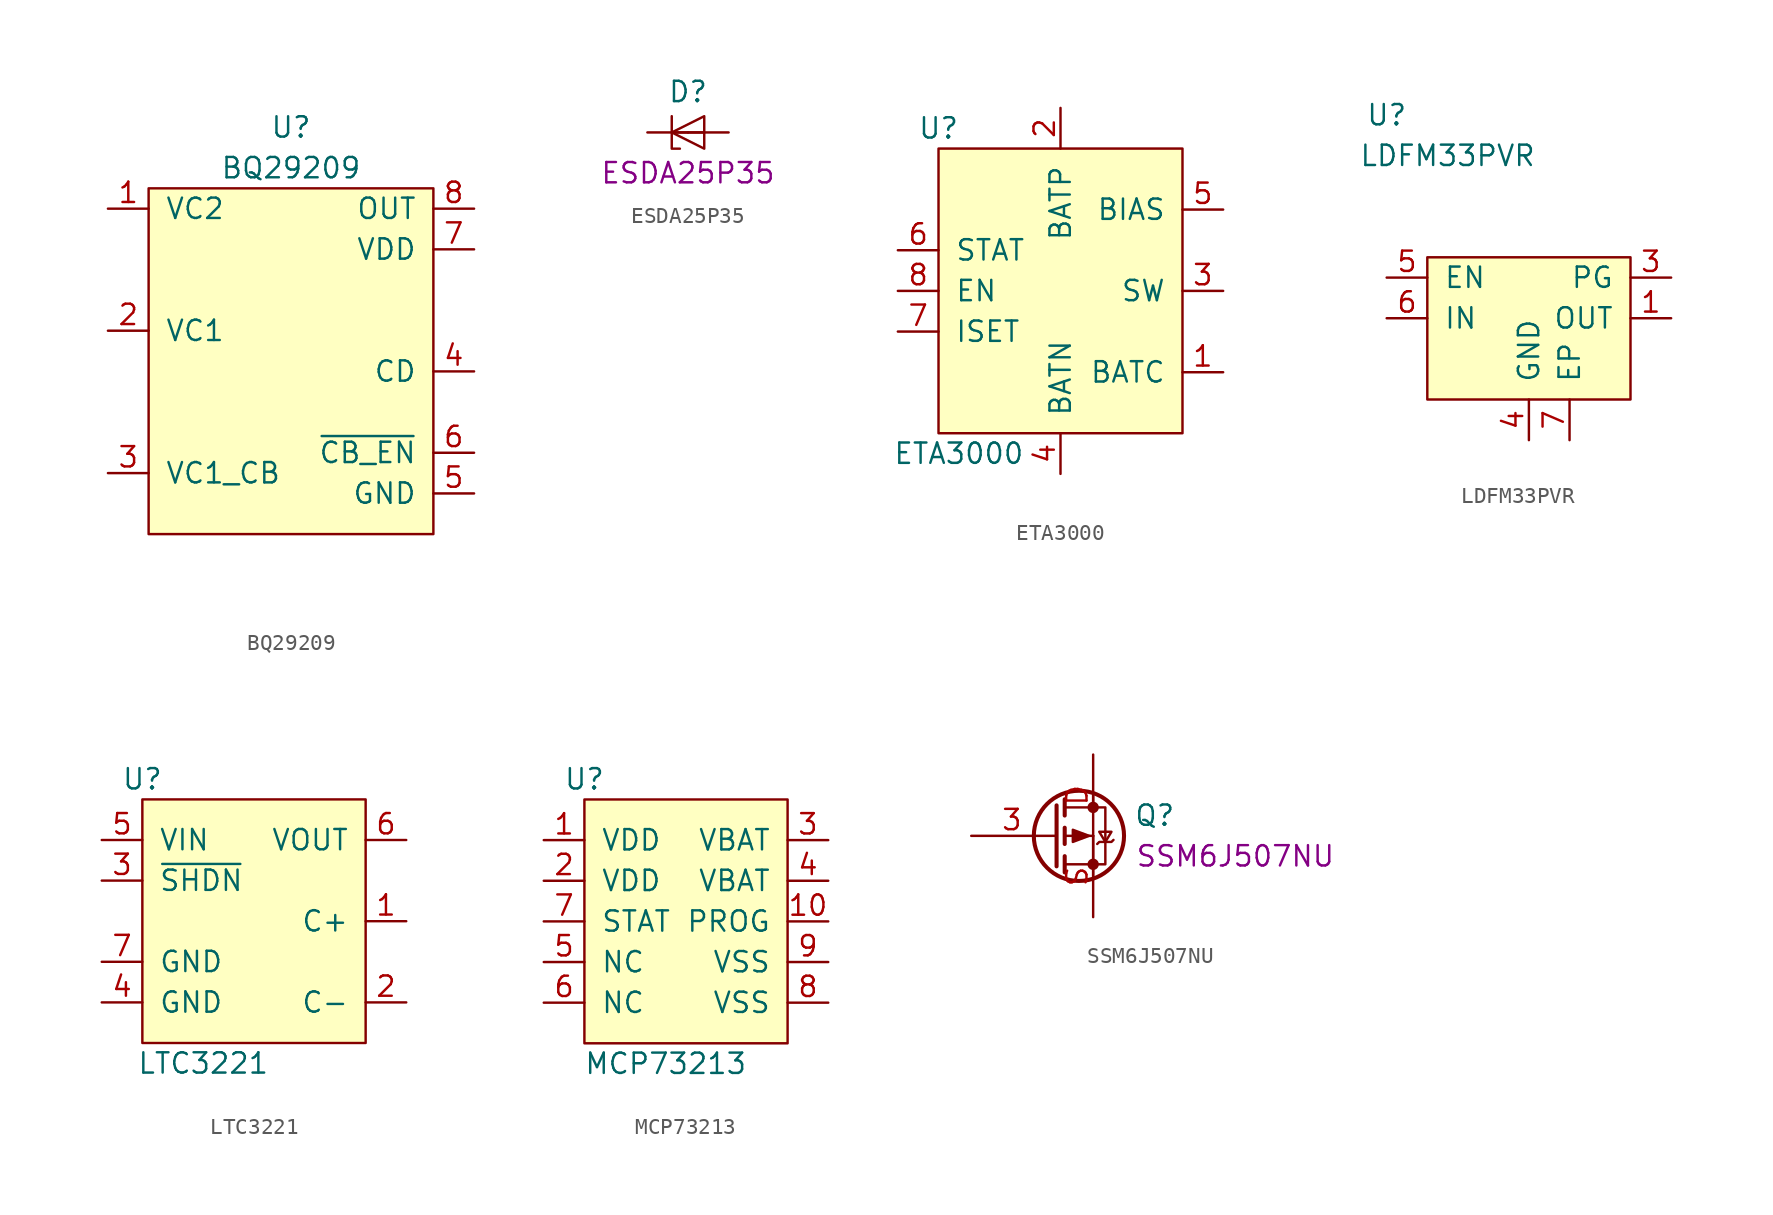
<source format=kicad_sym>
(kicad_symbol_lib
  (version 20211014)
  (generator kicad_symbol_editor)
  (symbol "BQ29209"
    (pin_names
      (offset 1.016))
    (property "Reference" "U"
      (at 0 10.16 0)
      (effects (font (size 1.27 1.27))))
    (property "Value" "BQ29209"
      (at 0 7.62 0)
      (effects (font (size 1.27 1.27))))
    (symbol "BQ29209_0_1"
      (rectangle (start -8.89 6.35) (end 8.89 -15.24) (stroke (width 0) (type default) (color 0 0 0 0)) (fill (type background))))
    (symbol "BQ29209_1_1"
      (pin input line (at -11.43 5.08 0) (length 2.54) (name "VC2" (effects (font (size 1.27 1.27)))) (number "1" (effects (font (size 1.27 1.27)))))
      (pin input line (at -11.43 -2.54 0) (length 2.54) (name "VC1" (effects (font (size 1.27 1.27)))) (number "2" (effects (font (size 1.27 1.27)))))
      (pin input line (at -11.43 -11.43 0) (length 2.54) (name "VC1_CB" (effects (font (size 1.27 1.27)))) (number "3" (effects (font (size 1.27 1.27)))))
      (pin input line (at 11.43 -5.08 180) (length 2.54) (name "CD" (effects (font (size 1.27 1.27)))) (number "4" (effects (font (size 1.27 1.27)))))
      (pin input line (at 11.43 -12.7 180) (length 2.54) (name "GND" (effects (font (size 1.27 1.27)))) (number "5" (effects (font (size 1.27 1.27)))))
      (pin input line (at 11.43 -10.16 180) (length 2.54) (name "~{CB_EN}" (effects (font (size 1.27 1.27)))) (number "6" (effects (font (size 1.27 1.27)))))
      (pin input line (at 11.43 2.54 180) (length 2.54) (name "VDD" (effects (font (size 1.27 1.27)))) (number "7" (effects (font (size 1.27 1.27)))))
      (pin input line (at 11.43 5.08 180) (length 2.54) (name "OUT" (effects (font (size 1.27 1.27)))) (number "8" (effects (font (size 1.27 1.27)))))
      (pin input line (at 0 -17.78 90) (length 2.54) hide (name "GND" (effects (font (size 1.27 1.27)))) (number "9" (effects (font (size 1.27 1.27)))))))
  (symbol "ESDA25P35"
    (pin_numbers hide)
    (pin_names hide)
    (property "Reference" "D"
      (at 0 2.54 0)
      (effects (font (size 1.27 1.27))))
    (property "MPN" "ESDA25P35"
      (at 0 -2.54 0)
      (effects (font (size 1.27 1.27))))
    (symbol "ESDA25P35_0_1"
      (polyline (pts (xy -1.016 0) (xy 1.016 0)) (stroke (width 0) (type default) (color 0 0 0 0)) (fill (type none)))
      (polyline (pts (xy -1.016 1.016) (xy -1.016 -1.016) (xy -0.508 -1.016)) (stroke (width 0) (type default) (color 0 0 0 0)) (fill (type none)))
      (polyline (pts (xy 1.016 1.016) (xy -1.016 0) (xy 1.016 -1.016) (xy 1.016 1.016)) (stroke (width 0) (type default) (color 0 0 0 0)) (fill (type none))))
    (symbol "ESDA25P35_1_1"
      (pin passive line (at -2.54 0 0) (length 2.54) (name "K1" (effects (font (size 1.27 1.27)))) (number "1" (effects (font (size 1.27 1.27)))))
      (pin passive line (at 2.54 0 180) (length 2.54) (name "A" (effects (font (size 1.27 1.27)))) (number "2" (effects (font (size 1.27 1.27)))))))
  (symbol "ETA3000"
    (pin_names
      (offset 1.016))
    (property "Reference" "U"
      (at -7.62 10.16 0)
      (effects (font (size 1.27 1.27))))
    (property "Value" "ETA3000"
      (at -6.35 -10.16 0)
      (effects (font (size 1.27 1.27))))
    (symbol "ETA3000_0_1"
      (rectangle (start -7.62 8.89) (end 7.62 -8.89) (stroke (width 0) (type default) (color 0 0 0 0)) (fill (type background))))
    (symbol "ETA3000_1_1"
      (pin input line (at 10.16 -5.08 180) (length 2.54) (name "BATC" (effects (font (size 1.27 1.27)))) (number "1" (effects (font (size 1.27 1.27)))))
      (pin input line (at 0 11.43 270) (length 2.54) (name "BATP" (effects (font (size 1.27 1.27)))) (number "2" (effects (font (size 1.27 1.27)))))
      (pin input line (at 10.16 0 180) (length 2.54) (name "SW" (effects (font (size 1.27 1.27)))) (number "3" (effects (font (size 1.27 1.27)))))
      (pin input line (at 0 -11.43 90) (length 2.54) (name "BATN" (effects (font (size 1.27 1.27)))) (number "4" (effects (font (size 1.27 1.27)))))
      (pin input line (at 10.16 5.08 180) (length 2.54) (name "BIAS" (effects (font (size 1.27 1.27)))) (number "5" (effects (font (size 1.27 1.27)))))
      (pin input line (at -10.16 2.54 0) (length 2.54) (name "STAT" (effects (font (size 1.27 1.27)))) (number "6" (effects (font (size 1.27 1.27)))))
      (pin input line (at -10.16 -2.54 0) (length 2.54) (name "ISET" (effects (font (size 1.27 1.27)))) (number "7" (effects (font (size 1.27 1.27)))))
      (pin input line (at -10.16 0 0) (length 2.54) (name "EN" (effects (font (size 1.27 1.27)))) (number "8" (effects (font (size 1.27 1.27)))))))
  (symbol "LDFM33PVR"
    (pin_names
      (offset 1.016))
    (property "Reference" "U"
      (at -8.89 12.7 0)
      (effects (font (size 1.27 1.27))))
    (property "Value" "LDFM33PVR"
      (at -5.08 10.16 0)
      (effects (font (size 1.27 1.27))))
    (symbol "LDFM33PVR_0_1"
      (rectangle (start -6.35 3.81) (end 6.35 -5.08) (stroke (width 0) (type default) (color 0 0 0 0)) (fill (type background))))
    (symbol "LDFM33PVR_1_1"
      (pin output line (at 8.89 0 180) (length 2.54) (name "OUT" (effects (font (size 1.27 1.27)))) (number "1" (effects (font (size 1.27 1.27)))))
      (pin input line (at 8.89 2.54 180) (length 2.54) (name "PG" (effects (font (size 1.27 1.27)))) (number "3" (effects (font (size 1.27 1.27)))))
      (pin input line (at 0 -7.62 90) (length 2.54) (name "GND" (effects (font (size 1.27 1.27)))) (number "4" (effects (font (size 1.27 1.27)))))
      (pin input line (at -8.89 2.54 0) (length 2.54) (name "EN" (effects (font (size 1.27 1.27)))) (number "5" (effects (font (size 1.27 1.27)))))
      (pin input line (at -8.89 0 0) (length 2.54) (name "IN" (effects (font (size 1.27 1.27)))) (number "6" (effects (font (size 1.27 1.27)))))
      (pin input line (at 2.54 -7.62 90) (length 2.54) (name "EP" (effects (font (size 1.27 1.27)))) (number "7" (effects (font (size 1.27 1.27)))))))
  (symbol "LTC3221"
    (pin_names
      (offset 1.016))
    (property "Reference" "U"
      (at -7.62 8.89 0)
      (effects (font (size 1.27 1.27))))
    (property "Value" "LTC3221"
      (at -3.81 -8.89 0)
      (effects (font (size 1.27 1.27))))
    (symbol "LTC3221_0_1"
      (rectangle (start -7.62 7.62) (end 6.35 -7.62) (stroke (width 0) (type default) (color 0 0 0 0)) (fill (type background))))
    (symbol "LTC3221_1_1"
      (pin input line (at 8.89 0 180) (length 2.54) (name "C+" (effects (font (size 1.27 1.27)))) (number "1" (effects (font (size 1.27 1.27)))))
      (pin input line (at 8.89 -5.08 180) (length 2.54) (name "C-" (effects (font (size 1.27 1.27)))) (number "2" (effects (font (size 1.27 1.27)))))
      (pin input line (at -10.16 2.54 0) (length 2.54) (name "~{SHDN}" (effects (font (size 1.27 1.27)))) (number "3" (effects (font (size 1.27 1.27)))))
      (pin input line (at -10.16 -5.08 0) (length 2.54) (name "GND" (effects (font (size 1.27 1.27)))) (number "4" (effects (font (size 1.27 1.27)))))
      (pin input line (at -10.16 5.08 0) (length 2.54) (name "VIN" (effects (font (size 1.27 1.27)))) (number "5" (effects (font (size 1.27 1.27)))))
      (pin input line (at 8.89 5.08 180) (length 2.54) (name "VOUT" (effects (font (size 1.27 1.27)))) (number "6" (effects (font (size 1.27 1.27)))))
      (pin input line (at -10.16 -2.54 0) (length 2.54) (name "GND" (effects (font (size 1.27 1.27)))) (number "7" (effects (font (size 1.27 1.27)))))))
  (symbol "MCP73213"
    (pin_names
      (offset 1.016))
    (property "Reference" "U"
      (at -6.35 8.89 0)
      (effects (font (size 1.27 1.27))))
    (property "Value" "MCP73213"
      (at -1.27 -8.89 0)
      (effects (font (size 1.27 1.27))))
    (symbol "MCP73213_0_1"
      (rectangle (start -6.35 7.62) (end 6.35 -7.62) (stroke (width 0) (type default) (color 0 0 0 0)) (fill (type background))))
    (symbol "MCP73213_1_1"
      (pin input line (at -8.89 5.08 0) (length 2.54) (name "VDD" (effects (font (size 1.27 1.27)))) (number "1" (effects (font (size 1.27 1.27)))))
      (pin input line (at 8.89 0 180) (length 2.54) (name "PROG" (effects (font (size 1.27 1.27)))) (number "10" (effects (font (size 1.27 1.27)))))
      (pin input line (at -8.89 2.54 0) (length 2.54) (name "VDD" (effects (font (size 1.27 1.27)))) (number "2" (effects (font (size 1.27 1.27)))))
      (pin input line (at 8.89 5.08 180) (length 2.54) (name "VBAT" (effects (font (size 1.27 1.27)))) (number "3" (effects (font (size 1.27 1.27)))))
      (pin input line (at 8.89 2.54 180) (length 2.54) (name "VBAT" (effects (font (size 1.27 1.27)))) (number "4" (effects (font (size 1.27 1.27)))))
      (pin input line (at -8.89 -2.54 0) (length 2.54) (name "NC" (effects (font (size 1.27 1.27)))) (number "5" (effects (font (size 1.27 1.27)))))
      (pin input line (at -8.89 -5.08 0) (length 2.54) (name "NC" (effects (font (size 1.27 1.27)))) (number "6" (effects (font (size 1.27 1.27)))))
      (pin input line (at -8.89 0 0) (length 2.54) (name "STAT" (effects (font (size 1.27 1.27)))) (number "7" (effects (font (size 1.27 1.27)))))
      (pin input line (at 8.89 -5.08 180) (length 2.54) (name "VSS" (effects (font (size 1.27 1.27)))) (number "8" (effects (font (size 1.27 1.27)))))
      (pin input line (at 8.89 -2.54 180) (length 2.54) (name "VSS" (effects (font (size 1.27 1.27)))) (number "9" (effects (font (size 1.27 1.27)))))))
  (symbol "SSM6J507NU"
    (pin_names
      (offset 0) hide)
    (property "Reference" "Q"
      (at 5.08 1.27 0)
      (effects (font (size 1.27 1.27)) (justify left)))
    (property "MPN" "SSM6J507NU"
      (at 11.43 -1.27 0)
      (effects (font (size 1.27 1.27))))
    (symbol "SSM6J507NU_0_0"
      (pin passive line (at 2.54 5.08 270) (length 5.08) hide (name "D" (effects (font (size 1.27 1.27)))) (number "1" (effects (font (size 1.27 1.27)))))
      (pin passive line (at 2.54 5.08 270) (length 5.08) hide (name "D" (effects (font (size 1.27 1.27)))) (number "2" (effects (font (size 1.27 1.27)))))
      (pin passive line (at 2.54 5.08 270) (length 5.08) hide (name "D" (effects (font (size 1.27 1.27)))) (number "6" (effects (font (size 1.27 1.27)))))
      (pin passive line (at 2.54 5.08 270) (length 5.08) (name "D" (effects (font (size 1.27 1.27)))) (number "D" (effects (font (size 1.27 1.27)))))
      (pin passive line (at 2.54 -5.08 90) (length 5.08) (name "S" (effects (font (size 1.27 1.27)))) (number "S" (effects (font (size 1.27 1.27))))))
    (symbol "SSM6J507NU_0_1"
      (polyline (pts (xy 0.051 0) (xy 0.254 0)) (stroke (width 0) (type default) (color 0 0 0 0)) (fill (type none)))
      (polyline (pts (xy 0.762 -1.778) (xy 2.54 -1.778)) (stroke (width 0) (type default) (color 0 0 0 0)) (fill (type none)))
      (polyline (pts (xy 0.762 -1.27) (xy 0.762 -2.286)) (stroke (width 0.254) (type default) (color 0 0 0 0)) (fill (type none)))
      (polyline (pts (xy 0.762 0) (xy 2.54 0)) (stroke (width 0) (type default) (color 0 0 0 0)) (fill (type none)))
      (polyline (pts (xy 0.762 0.508) (xy 0.762 -0.508)) (stroke (width 0.254) (type default) (color 0 0 0 0)) (fill (type none)))
      (polyline (pts (xy 0.762 1.778) (xy 2.54 1.778)) (stroke (width 0) (type default) (color 0 0 0 0)) (fill (type none)))
      (polyline (pts (xy 0.762 2.286) (xy 0.762 1.27)) (stroke (width 0.254) (type default) (color 0 0 0 0)) (fill (type none)))
      (polyline (pts (xy 2.54 -1.778) (xy 2.54 -2.54)) (stroke (width 0) (type default) (color 0 0 0 0)) (fill (type none)))
      (polyline (pts (xy 2.54 -1.778) (xy 2.54 0)) (stroke (width 0) (type default) (color 0 0 0 0)) (fill (type none)))
      (polyline (pts (xy 2.54 2.54) (xy 2.54 1.778)) (stroke (width 0) (type default) (color 0 0 0 0)) (fill (type none)))
      (polyline (pts (xy 0.254 1.905) (xy 0.254 -1.905) (xy 0.254 -1.905)) (stroke (width 0.254) (type default) (color 0 0 0 0)) (fill (type none)))
      (polyline (pts (xy 2.286 0) (xy 1.27 -0.381) (xy 1.27 0.381) (xy 2.286 0)) (stroke (width 0) (type default) (color 0 0 0 0)) (fill (type outline)))
      (polyline (pts (xy 2.54 -1.778) (xy 3.302 -1.778) (xy 3.302 1.778) (xy 2.54 1.778)) (stroke (width 0) (type default) (color 0 0 0 0)) (fill (type none)))
      (polyline (pts (xy 2.794 -0.508) (xy 2.921 -0.381) (xy 3.683 -0.381) (xy 3.81 -0.254)) (stroke (width 0) (type default) (color 0 0 0 0)) (fill (type none)))
      (polyline (pts (xy 3.302 -0.381) (xy 2.921 0.254) (xy 3.683 0.254) (xy 3.302 -0.381)) (stroke (width 0) (type default) (color 0 0 0 0)) (fill (type none)))
      (circle (center 1.651 0) (radius 2.819) (stroke (width 0.254) (type default) (color 0 0 0 0)) (fill (type none)))
      (circle (center 2.54 -1.778) (radius 0.279) (stroke (width 0) (type default) (color 0 0 0 0)) (fill (type outline)))
      (circle (center 2.54 1.778) (radius 0.279) (stroke (width 0) (type default) (color 0 0 0 0)) (fill (type outline))))
    (symbol "SSM6J507NU_1_1"
      (pin input line (at -5.08 0 0) (length 5.08) (name "G" (effects (font (size 1.27 1.27)))) (number "3" (effects (font (size 1.27 1.27)))))
      (pin passive line (at 2.54 -5.08 90) (length 2.54) hide (name "S" (effects (font (size 1.27 1.27)))) (number "4" (effects (font (size 1.27 1.27)))))
      (pin passive line (at 2.54 5.08 270) (length 2.54) hide (name "D" (effects (font (size 1.27 1.27)))) (number "5" (effects (font (size 1.27 1.27))))))))
</source>
